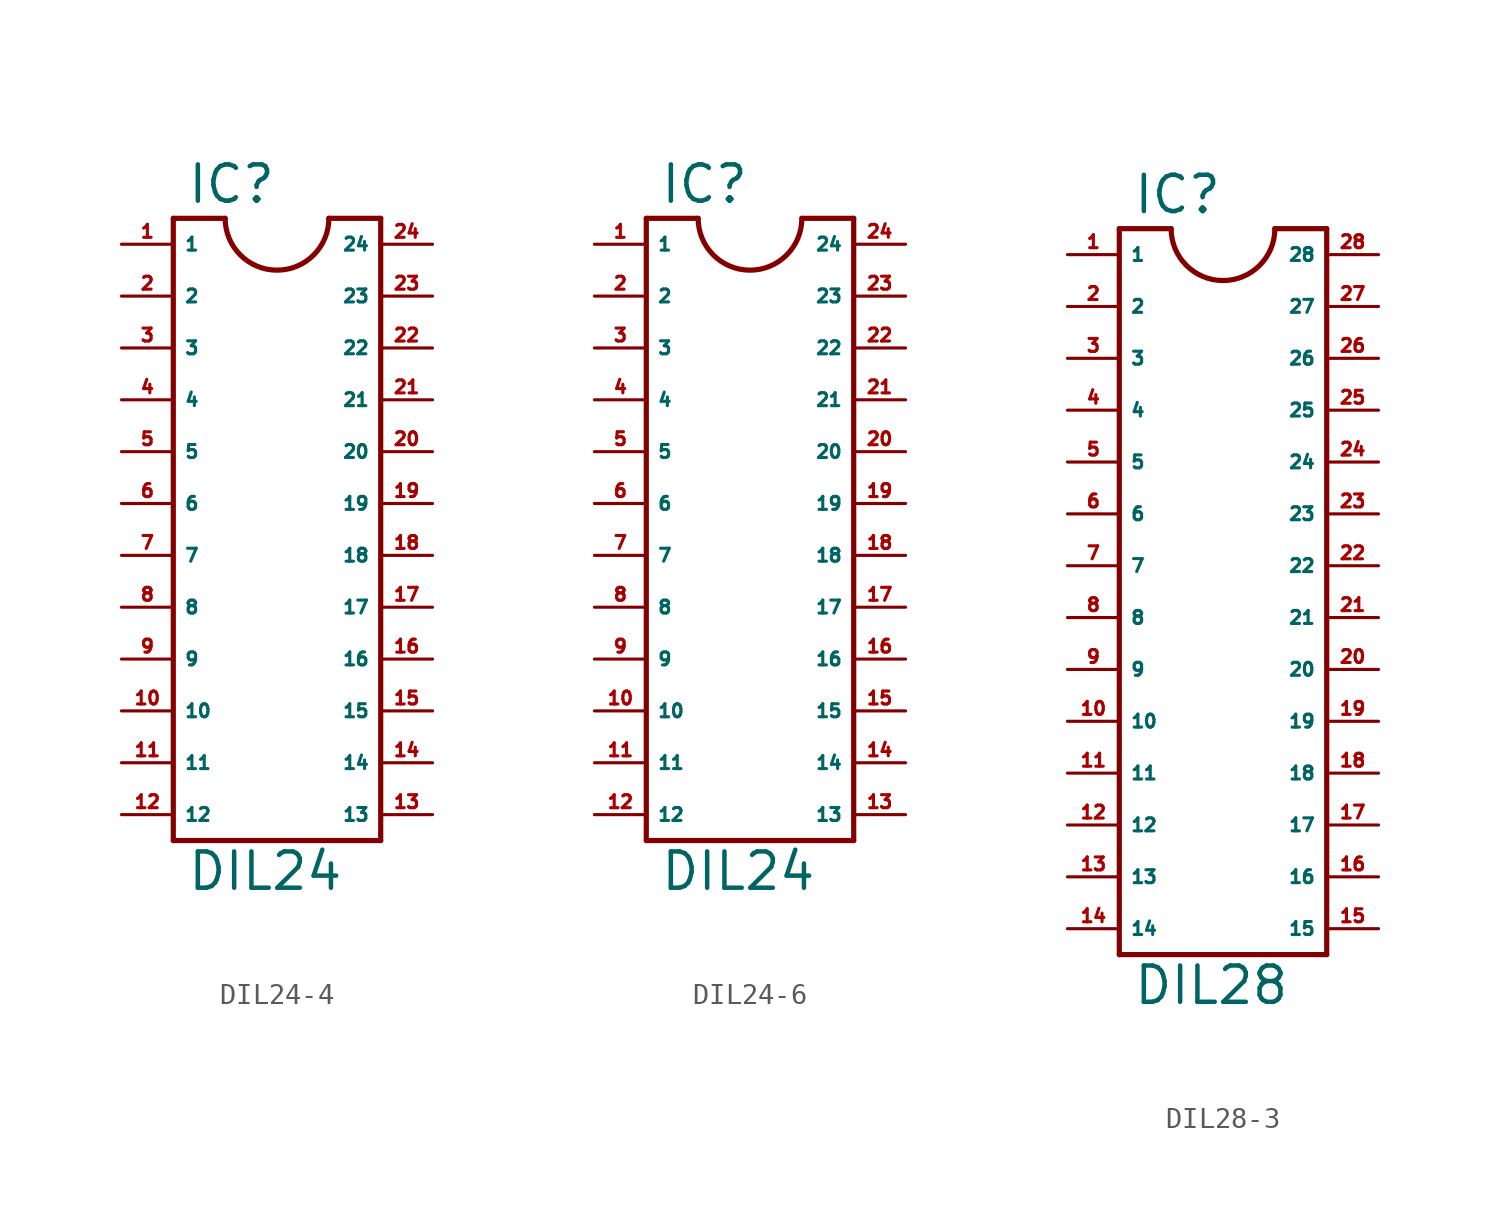
<source format=kicad_sym>
(kicad_symbol_lib
  (version 20220914)
  (generator Eagle2Kicad)
  (symbol "DIL24-4"
    (property "Reference" "IC"
      (at -4.445 17.145 0)
      (effects (font (size 1.778 1.778) (thickness 0.22)) (justify left bottom)))
    (property "Value" "DIL24"
      (at -4.445 -16.51 0)
      (effects (font (size 1.778 1.778) (thickness 0.22)) (justify left bottom)))
    (polyline
      (pts (xy -5.08 16.51) (xy -5.08 -13.97))
      (stroke (width 0.254) (type default))
      (fill (type none)))
    (polyline
      (pts (xy -5.08 -13.97) (xy 5.08 -13.97))
      (stroke (width 0.254) (type default))
      (fill (type none)))
    (polyline
      (pts (xy 5.08 -13.97) (xy 5.08 16.51))
      (stroke (width 0.254) (type default))
      (fill (type none)))
    (polyline
      (pts (xy 5.08 16.51) (xy 2.54 16.51))
      (stroke (width 0.254) (type default))
      (fill (type none)))
    (polyline
      (pts (xy -5.08 16.51) (xy -2.54 16.51))
      (stroke (width 0.254) (type default))
      (fill (type none)))
    (arc
      (start -2.54 16.51)
      (mid 0.000 13.970)
      (end 2.54 16.51)
      (stroke (width 0.254) (type default))
      (fill (type none)))
    (pin passive line
      (at -7.62 15.24 0)
      (length 2.54)
      (name "1" (effects (font (size 0.635 0.635) (thickness 0.08)) (justify left bottom)))
      (number "1" (effects (font (size 0.635 0.635) (thickness 0.08)) (justify left bottom))))
    (pin passive line
      (at -7.62 12.7 0)
      (length 2.54)
      (name "2" (effects (font (size 0.635 0.635) (thickness 0.08)) (justify left bottom)))
      (number "2" (effects (font (size 0.635 0.635) (thickness 0.08)) (justify left bottom))))
    (pin passive line
      (at -7.62 10.16 0)
      (length 2.54)
      (name "3" (effects (font (size 0.635 0.635) (thickness 0.08)) (justify left bottom)))
      (number "3" (effects (font (size 0.635 0.635) (thickness 0.08)) (justify left bottom))))
    (pin passive line
      (at -7.62 7.62 0)
      (length 2.54)
      (name "4" (effects (font (size 0.635 0.635) (thickness 0.08)) (justify left bottom)))
      (number "4" (effects (font (size 0.635 0.635) (thickness 0.08)) (justify left bottom))))
    (pin passive line
      (at -7.62 5.08 0)
      (length 2.54)
      (name "5" (effects (font (size 0.635 0.635) (thickness 0.08)) (justify left bottom)))
      (number "5" (effects (font (size 0.635 0.635) (thickness 0.08)) (justify left bottom))))
    (pin passive line
      (at -7.62 2.54 0)
      (length 2.54)
      (name "6" (effects (font (size 0.635 0.635) (thickness 0.08)) (justify left bottom)))
      (number "6" (effects (font (size 0.635 0.635) (thickness 0.08)) (justify left bottom))))
    (pin passive line
      (at -7.62 0 0)
      (length 2.54)
      (name "7" (effects (font (size 0.635 0.635) (thickness 0.08)) (justify left bottom)))
      (number "7" (effects (font (size 0.635 0.635) (thickness 0.08)) (justify left bottom))))
    (pin passive line
      (at -7.62 -2.54 0)
      (length 2.54)
      (name "8" (effects (font (size 0.635 0.635) (thickness 0.08)) (justify left bottom)))
      (number "8" (effects (font (size 0.635 0.635) (thickness 0.08)) (justify left bottom))))
    (pin passive line
      (at -7.62 -5.08 0)
      (length 2.54)
      (name "9" (effects (font (size 0.635 0.635) (thickness 0.08)) (justify left bottom)))
      (number "9" (effects (font (size 0.635 0.635) (thickness 0.08)) (justify left bottom))))
    (pin passive line
      (at -7.62 -7.62 0)
      (length 2.54)
      (name "10" (effects (font (size 0.635 0.635) (thickness 0.08)) (justify left bottom)))
      (number "10" (effects (font (size 0.635 0.635) (thickness 0.08)) (justify left bottom))))
    (pin passive line
      (at -7.62 -10.16 0)
      (length 2.54)
      (name "11" (effects (font (size 0.635 0.635) (thickness 0.08)) (justify left bottom)))
      (number "11" (effects (font (size 0.635 0.635) (thickness 0.08)) (justify left bottom))))
    (pin passive line
      (at -7.62 -12.7 0)
      (length 2.54)
      (name "12" (effects (font (size 0.635 0.635) (thickness 0.08)) (justify left bottom)))
      (number "12" (effects (font (size 0.635 0.635) (thickness 0.08)) (justify left bottom))))
    (pin passive line
      (at 7.62 -12.7 180)
      (length 2.54)
      (name "13" (effects (font (size 0.635 0.635) (thickness 0.08)) (justify left bottom)))
      (number "13" (effects (font (size 0.635 0.635) (thickness 0.08)) (justify left bottom))))
    (pin passive line
      (at 7.62 -10.16 180)
      (length 2.54)
      (name "14" (effects (font (size 0.635 0.635) (thickness 0.08)) (justify left bottom)))
      (number "14" (effects (font (size 0.635 0.635) (thickness 0.08)) (justify left bottom))))
    (pin passive line
      (at 7.62 -7.62 180)
      (length 2.54)
      (name "15" (effects (font (size 0.635 0.635) (thickness 0.08)) (justify left bottom)))
      (number "15" (effects (font (size 0.635 0.635) (thickness 0.08)) (justify left bottom))))
    (pin passive line
      (at 7.62 -5.08 180)
      (length 2.54)
      (name "16" (effects (font (size 0.635 0.635) (thickness 0.08)) (justify left bottom)))
      (number "16" (effects (font (size 0.635 0.635) (thickness 0.08)) (justify left bottom))))
    (pin passive line
      (at 7.62 -2.54 180)
      (length 2.54)
      (name "17" (effects (font (size 0.635 0.635) (thickness 0.08)) (justify left bottom)))
      (number "17" (effects (font (size 0.635 0.635) (thickness 0.08)) (justify left bottom))))
    (pin passive line
      (at 7.62 0 180)
      (length 2.54)
      (name "18" (effects (font (size 0.635 0.635) (thickness 0.08)) (justify left bottom)))
      (number "18" (effects (font (size 0.635 0.635) (thickness 0.08)) (justify left bottom))))
    (pin passive line
      (at 7.62 2.54 180)
      (length 2.54)
      (name "19" (effects (font (size 0.635 0.635) (thickness 0.08)) (justify left bottom)))
      (number "19" (effects (font (size 0.635 0.635) (thickness 0.08)) (justify left bottom))))
    (pin passive line
      (at 7.62 5.08 180)
      (length 2.54)
      (name "20" (effects (font (size 0.635 0.635) (thickness 0.08)) (justify left bottom)))
      (number "20" (effects (font (size 0.635 0.635) (thickness 0.08)) (justify left bottom))))
    (pin passive line
      (at 7.62 7.62 180)
      (length 2.54)
      (name "21" (effects (font (size 0.635 0.635) (thickness 0.08)) (justify left bottom)))
      (number "21" (effects (font (size 0.635 0.635) (thickness 0.08)) (justify left bottom))))
    (pin passive line
      (at 7.62 10.16 180)
      (length 2.54)
      (name "22" (effects (font (size 0.635 0.635) (thickness 0.08)) (justify left bottom)))
      (number "22" (effects (font (size 0.635 0.635) (thickness 0.08)) (justify left bottom))))
    (pin passive line
      (at 7.62 12.7 180)
      (length 2.54)
      (name "23" (effects (font (size 0.635 0.635) (thickness 0.08)) (justify left bottom)))
      (number "23" (effects (font (size 0.635 0.635) (thickness 0.08)) (justify left bottom))))
    (pin passive line
      (at 7.62 15.24 180)
      (length 2.54)
      (name "24" (effects (font (size 0.635 0.635) (thickness 0.08)) (justify left bottom)))
      (number "24" (effects (font (size 0.635 0.635) (thickness 0.08)) (justify left bottom)))))
  (symbol "DIL24-6"
    (property "Reference" "IC"
      (at -4.445 17.145 0)
      (effects (font (size 1.778 1.778) (thickness 0.22)) (justify left bottom)))
    (property "Value" "DIL24"
      (at -4.445 -16.51 0)
      (effects (font (size 1.778 1.778) (thickness 0.22)) (justify left bottom)))
    (polyline
      (pts (xy -5.08 16.51) (xy -5.08 -13.97))
      (stroke (width 0.254) (type default))
      (fill (type none)))
    (polyline
      (pts (xy -5.08 -13.97) (xy 5.08 -13.97))
      (stroke (width 0.254) (type default))
      (fill (type none)))
    (polyline
      (pts (xy 5.08 -13.97) (xy 5.08 16.51))
      (stroke (width 0.254) (type default))
      (fill (type none)))
    (polyline
      (pts (xy 5.08 16.51) (xy 2.54 16.51))
      (stroke (width 0.254) (type default))
      (fill (type none)))
    (polyline
      (pts (xy -5.08 16.51) (xy -2.54 16.51))
      (stroke (width 0.254) (type default))
      (fill (type none)))
    (arc
      (start -2.54 16.51)
      (mid 0.000 13.970)
      (end 2.54 16.51)
      (stroke (width 0.254) (type default))
      (fill (type none)))
    (pin passive line
      (at -7.62 15.24 0)
      (length 2.54)
      (name "1" (effects (font (size 0.635 0.635) (thickness 0.08)) (justify left bottom)))
      (number "1" (effects (font (size 0.635 0.635) (thickness 0.08)) (justify left bottom))))
    (pin passive line
      (at -7.62 12.7 0)
      (length 2.54)
      (name "2" (effects (font (size 0.635 0.635) (thickness 0.08)) (justify left bottom)))
      (number "2" (effects (font (size 0.635 0.635) (thickness 0.08)) (justify left bottom))))
    (pin passive line
      (at -7.62 10.16 0)
      (length 2.54)
      (name "3" (effects (font (size 0.635 0.635) (thickness 0.08)) (justify left bottom)))
      (number "3" (effects (font (size 0.635 0.635) (thickness 0.08)) (justify left bottom))))
    (pin passive line
      (at -7.62 7.62 0)
      (length 2.54)
      (name "4" (effects (font (size 0.635 0.635) (thickness 0.08)) (justify left bottom)))
      (number "4" (effects (font (size 0.635 0.635) (thickness 0.08)) (justify left bottom))))
    (pin passive line
      (at -7.62 5.08 0)
      (length 2.54)
      (name "5" (effects (font (size 0.635 0.635) (thickness 0.08)) (justify left bottom)))
      (number "5" (effects (font (size 0.635 0.635) (thickness 0.08)) (justify left bottom))))
    (pin passive line
      (at -7.62 2.54 0)
      (length 2.54)
      (name "6" (effects (font (size 0.635 0.635) (thickness 0.08)) (justify left bottom)))
      (number "6" (effects (font (size 0.635 0.635) (thickness 0.08)) (justify left bottom))))
    (pin passive line
      (at -7.62 0 0)
      (length 2.54)
      (name "7" (effects (font (size 0.635 0.635) (thickness 0.08)) (justify left bottom)))
      (number "7" (effects (font (size 0.635 0.635) (thickness 0.08)) (justify left bottom))))
    (pin passive line
      (at -7.62 -2.54 0)
      (length 2.54)
      (name "8" (effects (font (size 0.635 0.635) (thickness 0.08)) (justify left bottom)))
      (number "8" (effects (font (size 0.635 0.635) (thickness 0.08)) (justify left bottom))))
    (pin passive line
      (at -7.62 -5.08 0)
      (length 2.54)
      (name "9" (effects (font (size 0.635 0.635) (thickness 0.08)) (justify left bottom)))
      (number "9" (effects (font (size 0.635 0.635) (thickness 0.08)) (justify left bottom))))
    (pin passive line
      (at -7.62 -7.62 0)
      (length 2.54)
      (name "10" (effects (font (size 0.635 0.635) (thickness 0.08)) (justify left bottom)))
      (number "10" (effects (font (size 0.635 0.635) (thickness 0.08)) (justify left bottom))))
    (pin passive line
      (at -7.62 -10.16 0)
      (length 2.54)
      (name "11" (effects (font (size 0.635 0.635) (thickness 0.08)) (justify left bottom)))
      (number "11" (effects (font (size 0.635 0.635) (thickness 0.08)) (justify left bottom))))
    (pin passive line
      (at -7.62 -12.7 0)
      (length 2.54)
      (name "12" (effects (font (size 0.635 0.635) (thickness 0.08)) (justify left bottom)))
      (number "12" (effects (font (size 0.635 0.635) (thickness 0.08)) (justify left bottom))))
    (pin passive line
      (at 7.62 -12.7 180)
      (length 2.54)
      (name "13" (effects (font (size 0.635 0.635) (thickness 0.08)) (justify left bottom)))
      (number "13" (effects (font (size 0.635 0.635) (thickness 0.08)) (justify left bottom))))
    (pin passive line
      (at 7.62 -10.16 180)
      (length 2.54)
      (name "14" (effects (font (size 0.635 0.635) (thickness 0.08)) (justify left bottom)))
      (number "14" (effects (font (size 0.635 0.635) (thickness 0.08)) (justify left bottom))))
    (pin passive line
      (at 7.62 -7.62 180)
      (length 2.54)
      (name "15" (effects (font (size 0.635 0.635) (thickness 0.08)) (justify left bottom)))
      (number "15" (effects (font (size 0.635 0.635) (thickness 0.08)) (justify left bottom))))
    (pin passive line
      (at 7.62 -5.08 180)
      (length 2.54)
      (name "16" (effects (font (size 0.635 0.635) (thickness 0.08)) (justify left bottom)))
      (number "16" (effects (font (size 0.635 0.635) (thickness 0.08)) (justify left bottom))))
    (pin passive line
      (at 7.62 -2.54 180)
      (length 2.54)
      (name "17" (effects (font (size 0.635 0.635) (thickness 0.08)) (justify left bottom)))
      (number "17" (effects (font (size 0.635 0.635) (thickness 0.08)) (justify left bottom))))
    (pin passive line
      (at 7.62 0 180)
      (length 2.54)
      (name "18" (effects (font (size 0.635 0.635) (thickness 0.08)) (justify left bottom)))
      (number "18" (effects (font (size 0.635 0.635) (thickness 0.08)) (justify left bottom))))
    (pin passive line
      (at 7.62 2.54 180)
      (length 2.54)
      (name "19" (effects (font (size 0.635 0.635) (thickness 0.08)) (justify left bottom)))
      (number "19" (effects (font (size 0.635 0.635) (thickness 0.08)) (justify left bottom))))
    (pin passive line
      (at 7.62 5.08 180)
      (length 2.54)
      (name "20" (effects (font (size 0.635 0.635) (thickness 0.08)) (justify left bottom)))
      (number "20" (effects (font (size 0.635 0.635) (thickness 0.08)) (justify left bottom))))
    (pin passive line
      (at 7.62 7.62 180)
      (length 2.54)
      (name "21" (effects (font (size 0.635 0.635) (thickness 0.08)) (justify left bottom)))
      (number "21" (effects (font (size 0.635 0.635) (thickness 0.08)) (justify left bottom))))
    (pin passive line
      (at 7.62 10.16 180)
      (length 2.54)
      (name "22" (effects (font (size 0.635 0.635) (thickness 0.08)) (justify left bottom)))
      (number "22" (effects (font (size 0.635 0.635) (thickness 0.08)) (justify left bottom))))
    (pin passive line
      (at 7.62 12.7 180)
      (length 2.54)
      (name "23" (effects (font (size 0.635 0.635) (thickness 0.08)) (justify left bottom)))
      (number "23" (effects (font (size 0.635 0.635) (thickness 0.08)) (justify left bottom))))
    (pin passive line
      (at 7.62 15.24 180)
      (length 2.54)
      (name "24" (effects (font (size 0.635 0.635) (thickness 0.08)) (justify left bottom)))
      (number "24" (effects (font (size 0.635 0.635) (thickness 0.08)) (justify left bottom)))))
  (symbol "DIL28-3"
    (property "Reference" "IC"
      (at -4.445 17.145 0)
      (effects (font (size 1.778 1.778) (thickness 0.22)) (justify left bottom)))
    (property "Value" "DIL28"
      (at -4.445 -21.59 0)
      (effects (font (size 1.778 1.778) (thickness 0.22)) (justify left bottom)))
    (polyline
      (pts (xy -5.08 16.51) (xy -5.08 -19.05))
      (stroke (width 0.254) (type default))
      (fill (type none)))
    (polyline
      (pts (xy -5.08 -19.05) (xy 5.08 -19.05))
      (stroke (width 0.254) (type default))
      (fill (type none)))
    (polyline
      (pts (xy 5.08 -19.05) (xy 5.08 16.51))
      (stroke (width 0.254) (type default))
      (fill (type none)))
    (polyline
      (pts (xy 5.08 16.51) (xy 2.54 16.51))
      (stroke (width 0.254) (type default))
      (fill (type none)))
    (polyline
      (pts (xy -5.08 16.51) (xy -2.54 16.51))
      (stroke (width 0.254) (type default))
      (fill (type none)))
    (arc
      (start -2.54 16.51)
      (mid 0.000 13.970)
      (end 2.54 16.51)
      (stroke (width 0.254) (type default))
      (fill (type none)))
    (pin passive line
      (at -7.62 15.24 0)
      (length 2.54)
      (name "1" (effects (font (size 0.635 0.635) (thickness 0.08)) (justify left bottom)))
      (number "1" (effects (font (size 0.635 0.635) (thickness 0.08)) (justify left bottom))))
    (pin passive line
      (at -7.62 12.7 0)
      (length 2.54)
      (name "2" (effects (font (size 0.635 0.635) (thickness 0.08)) (justify left bottom)))
      (number "2" (effects (font (size 0.635 0.635) (thickness 0.08)) (justify left bottom))))
    (pin passive line
      (at -7.62 10.16 0)
      (length 2.54)
      (name "3" (effects (font (size 0.635 0.635) (thickness 0.08)) (justify left bottom)))
      (number "3" (effects (font (size 0.635 0.635) (thickness 0.08)) (justify left bottom))))
    (pin passive line
      (at -7.62 7.62 0)
      (length 2.54)
      (name "4" (effects (font (size 0.635 0.635) (thickness 0.08)) (justify left bottom)))
      (number "4" (effects (font (size 0.635 0.635) (thickness 0.08)) (justify left bottom))))
    (pin passive line
      (at -7.62 5.08 0)
      (length 2.54)
      (name "5" (effects (font (size 0.635 0.635) (thickness 0.08)) (justify left bottom)))
      (number "5" (effects (font (size 0.635 0.635) (thickness 0.08)) (justify left bottom))))
    (pin passive line
      (at -7.62 2.54 0)
      (length 2.54)
      (name "6" (effects (font (size 0.635 0.635) (thickness 0.08)) (justify left bottom)))
      (number "6" (effects (font (size 0.635 0.635) (thickness 0.08)) (justify left bottom))))
    (pin passive line
      (at -7.62 0 0)
      (length 2.54)
      (name "7" (effects (font (size 0.635 0.635) (thickness 0.08)) (justify left bottom)))
      (number "7" (effects (font (size 0.635 0.635) (thickness 0.08)) (justify left bottom))))
    (pin passive line
      (at -7.62 -2.54 0)
      (length 2.54)
      (name "8" (effects (font (size 0.635 0.635) (thickness 0.08)) (justify left bottom)))
      (number "8" (effects (font (size 0.635 0.635) (thickness 0.08)) (justify left bottom))))
    (pin passive line
      (at -7.62 -5.08 0)
      (length 2.54)
      (name "9" (effects (font (size 0.635 0.635) (thickness 0.08)) (justify left bottom)))
      (number "9" (effects (font (size 0.635 0.635) (thickness 0.08)) (justify left bottom))))
    (pin passive line
      (at -7.62 -7.62 0)
      (length 2.54)
      (name "10" (effects (font (size 0.635 0.635) (thickness 0.08)) (justify left bottom)))
      (number "10" (effects (font (size 0.635 0.635) (thickness 0.08)) (justify left bottom))))
    (pin passive line
      (at -7.62 -10.16 0)
      (length 2.54)
      (name "11" (effects (font (size 0.635 0.635) (thickness 0.08)) (justify left bottom)))
      (number "11" (effects (font (size 0.635 0.635) (thickness 0.08)) (justify left bottom))))
    (pin passive line
      (at -7.62 -12.7 0)
      (length 2.54)
      (name "12" (effects (font (size 0.635 0.635) (thickness 0.08)) (justify left bottom)))
      (number "12" (effects (font (size 0.635 0.635) (thickness 0.08)) (justify left bottom))))
    (pin passive line
      (at -7.62 -15.24 0)
      (length 2.54)
      (name "13" (effects (font (size 0.635 0.635) (thickness 0.08)) (justify left bottom)))
      (number "13" (effects (font (size 0.635 0.635) (thickness 0.08)) (justify left bottom))))
    (pin passive line
      (at -7.62 -17.78 0)
      (length 2.54)
      (name "14" (effects (font (size 0.635 0.635) (thickness 0.08)) (justify left bottom)))
      (number "14" (effects (font (size 0.635 0.635) (thickness 0.08)) (justify left bottom))))
    (pin passive line
      (at 7.62 -17.78 180)
      (length 2.54)
      (name "15" (effects (font (size 0.635 0.635) (thickness 0.08)) (justify left bottom)))
      (number "15" (effects (font (size 0.635 0.635) (thickness 0.08)) (justify left bottom))))
    (pin passive line
      (at 7.62 -15.24 180)
      (length 2.54)
      (name "16" (effects (font (size 0.635 0.635) (thickness 0.08)) (justify left bottom)))
      (number "16" (effects (font (size 0.635 0.635) (thickness 0.08)) (justify left bottom))))
    (pin passive line
      (at 7.62 -12.7 180)
      (length 2.54)
      (name "17" (effects (font (size 0.635 0.635) (thickness 0.08)) (justify left bottom)))
      (number "17" (effects (font (size 0.635 0.635) (thickness 0.08)) (justify left bottom))))
    (pin passive line
      (at 7.62 -10.16 180)
      (length 2.54)
      (name "18" (effects (font (size 0.635 0.635) (thickness 0.08)) (justify left bottom)))
      (number "18" (effects (font (size 0.635 0.635) (thickness 0.08)) (justify left bottom))))
    (pin passive line
      (at 7.62 -7.62 180)
      (length 2.54)
      (name "19" (effects (font (size 0.635 0.635) (thickness 0.08)) (justify left bottom)))
      (number "19" (effects (font (size 0.635 0.635) (thickness 0.08)) (justify left bottom))))
    (pin passive line
      (at 7.62 -5.08 180)
      (length 2.54)
      (name "20" (effects (font (size 0.635 0.635) (thickness 0.08)) (justify left bottom)))
      (number "20" (effects (font (size 0.635 0.635) (thickness 0.08)) (justify left bottom))))
    (pin passive line
      (at 7.62 -2.54 180)
      (length 2.54)
      (name "21" (effects (font (size 0.635 0.635) (thickness 0.08)) (justify left bottom)))
      (number "21" (effects (font (size 0.635 0.635) (thickness 0.08)) (justify left bottom))))
    (pin passive line
      (at 7.62 0 180)
      (length 2.54)
      (name "22" (effects (font (size 0.635 0.635) (thickness 0.08)) (justify left bottom)))
      (number "22" (effects (font (size 0.635 0.635) (thickness 0.08)) (justify left bottom))))
    (pin passive line
      (at 7.62 2.54 180)
      (length 2.54)
      (name "23" (effects (font (size 0.635 0.635) (thickness 0.08)) (justify left bottom)))
      (number "23" (effects (font (size 0.635 0.635) (thickness 0.08)) (justify left bottom))))
    (pin passive line
      (at 7.62 5.08 180)
      (length 2.54)
      (name "24" (effects (font (size 0.635 0.635) (thickness 0.08)) (justify left bottom)))
      (number "24" (effects (font (size 0.635 0.635) (thickness 0.08)) (justify left bottom))))
    (pin passive line
      (at 7.62 7.62 180)
      (length 2.54)
      (name "25" (effects (font (size 0.635 0.635) (thickness 0.08)) (justify left bottom)))
      (number "25" (effects (font (size 0.635 0.635) (thickness 0.08)) (justify left bottom))))
    (pin passive line
      (at 7.62 10.16 180)
      (length 2.54)
      (name "26" (effects (font (size 0.635 0.635) (thickness 0.08)) (justify left bottom)))
      (number "26" (effects (font (size 0.635 0.635) (thickness 0.08)) (justify left bottom))))
    (pin passive line
      (at 7.62 12.7 180)
      (length 2.54)
      (name "27" (effects (font (size 0.635 0.635) (thickness 0.08)) (justify left bottom)))
      (number "27" (effects (font (size 0.635 0.635) (thickness 0.08)) (justify left bottom))))
    (pin passive line
      (at 7.62 15.24 180)
      (length 2.54)
      (name "28" (effects (font (size 0.635 0.635) (thickness 0.08)) (justify left bottom)))
      (number "28" (effects (font (size 0.635 0.635) (thickness 0.08)) (justify left bottom))))))
</source>
